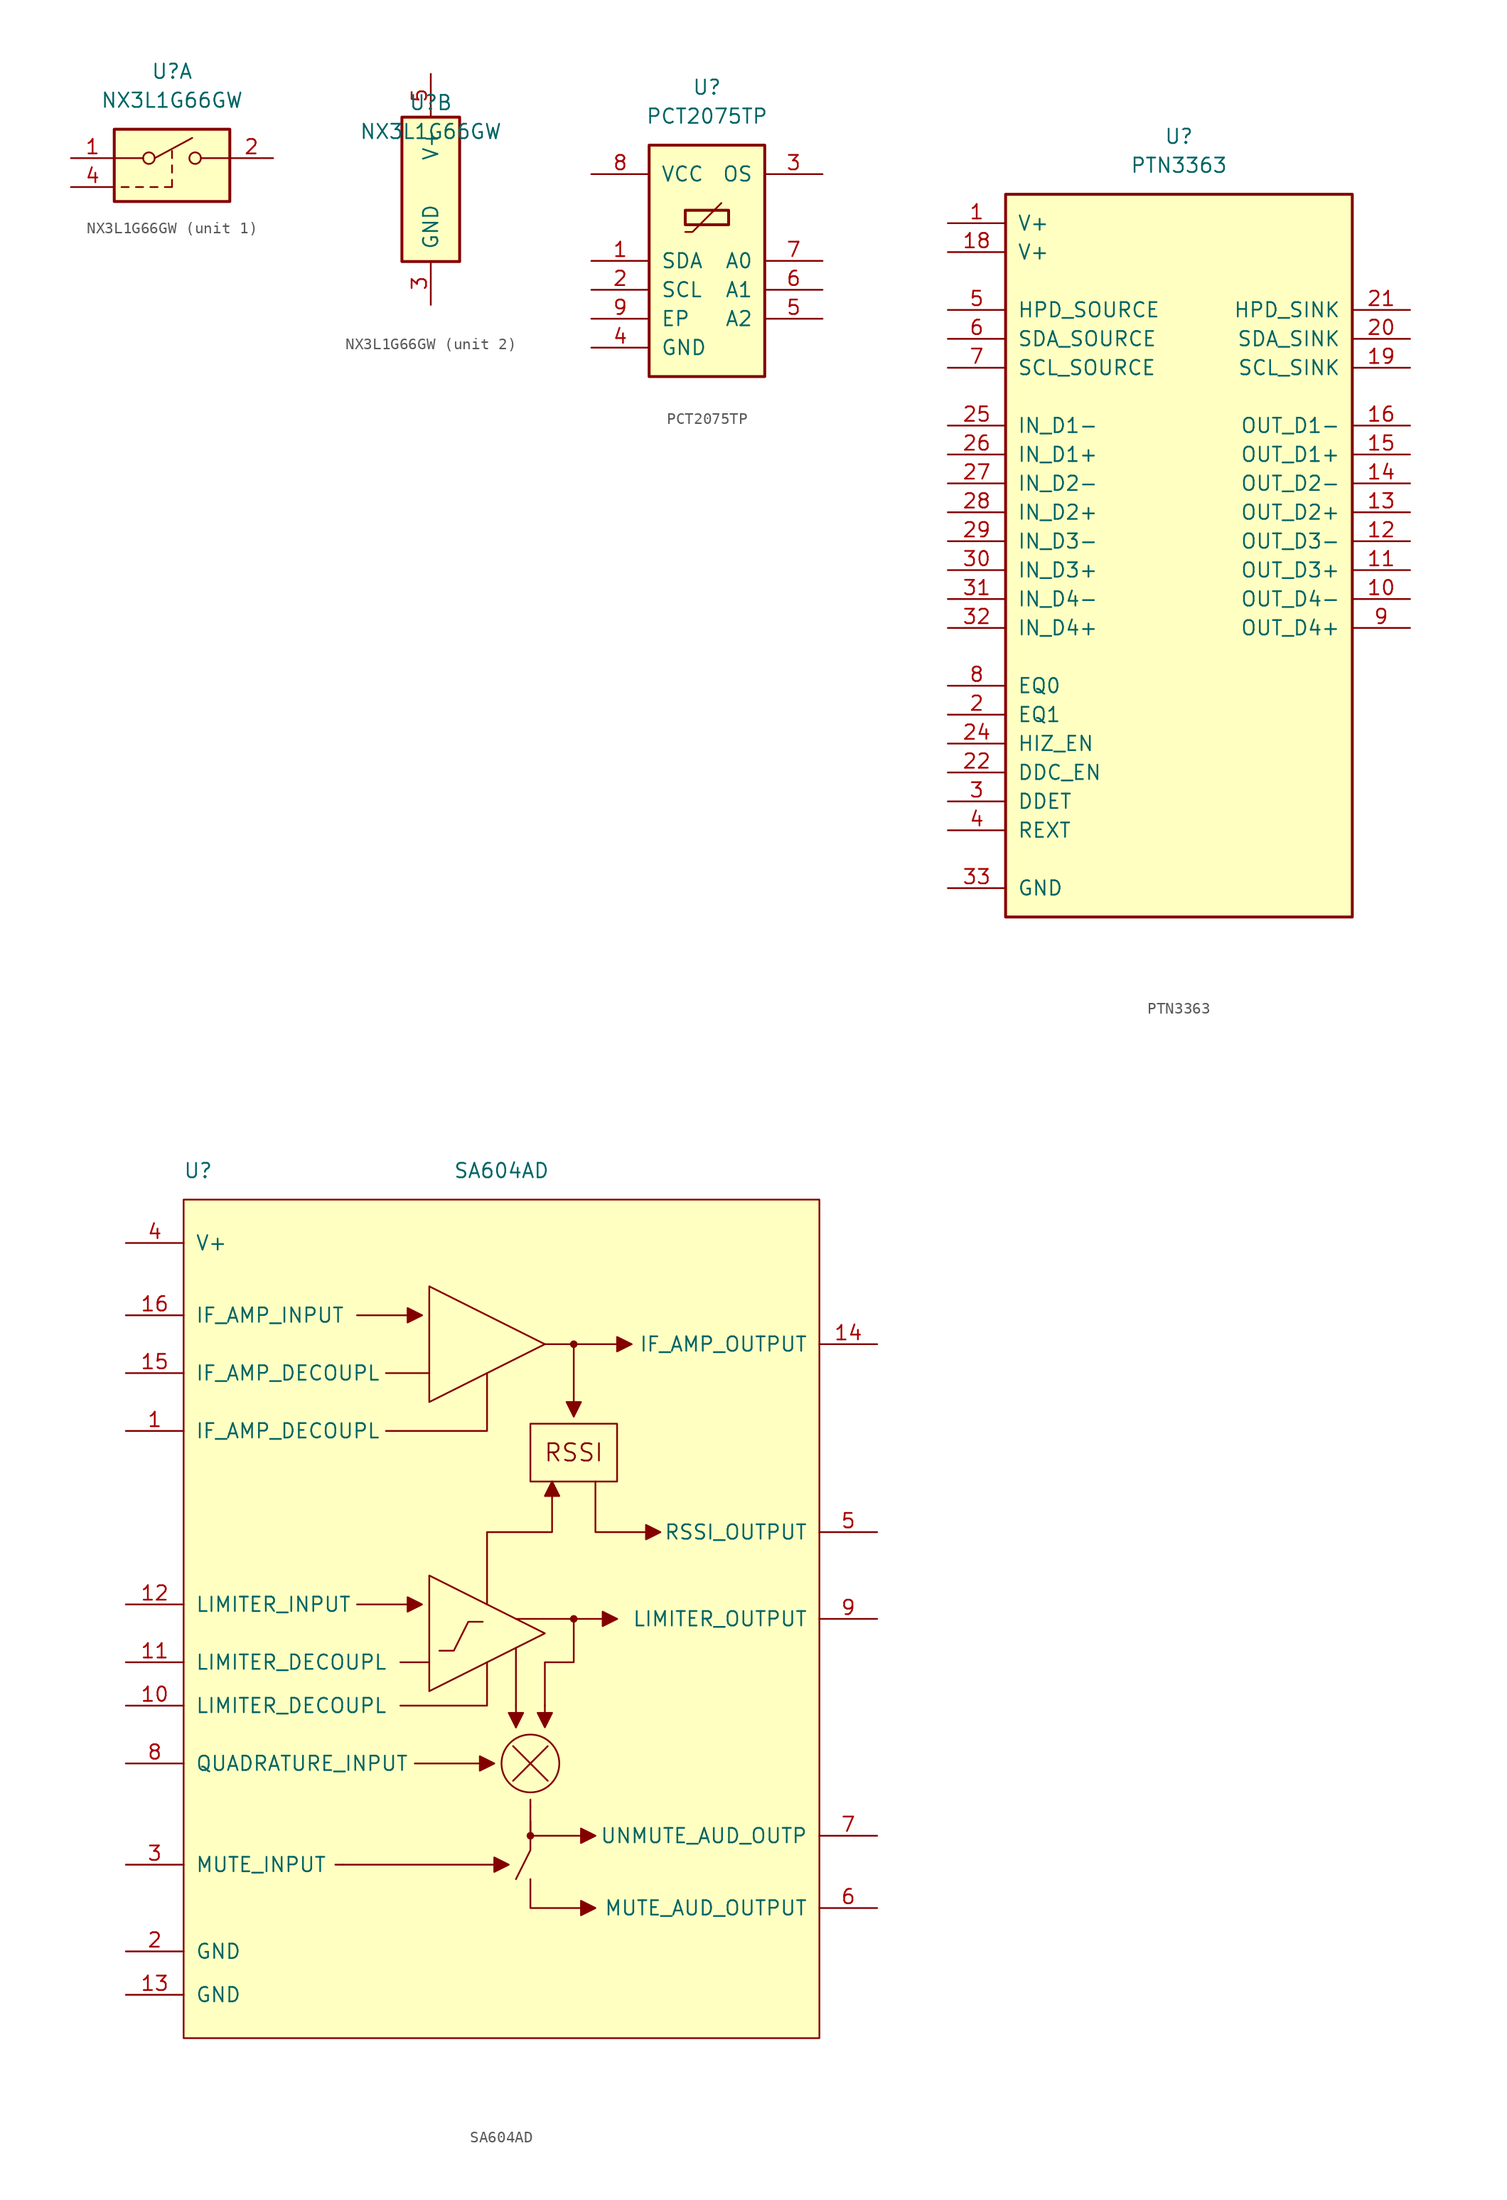
<source format=kicad_sym>
(kicad_symbol_lib
  (version 20211014)
  (generator kicad_symbol_editor)
  (symbol "NX3L1G66GW"
    (pin_names
      (offset 1.016))
    (property "Reference" "U"
      (at 0 7.62 0)
      (effects (font (size 1.27 1.27))))
    (property "Value" "NX3L1G66GW"
      (at 0 5.08 0)
      (effects (font (size 1.27 1.27))))
    (property "ki_locked" ""
      (at 0 0 0)
      (effects (font (size 1.27 1.27))))
    (symbol "NX3L1G66GW_1_1"
      (rectangle (start -5.08 2.54) (end 5.08 -3.81) (stroke (width 0.254) (type default) (color 0 0 0 0)) (fill (type background)))
      (circle (center -2.032 0) (radius 0.508) (stroke (width 0) (type default) (color 0 0 0 0)) (fill (type none)))
      (polyline (pts (xy -4.445 -2.54) (xy -3.81 -2.54)) (stroke (width 0) (type default) (color 0 0 0 0)) (fill (type none)))
      (polyline (pts (xy -2.54 -2.54) (xy -3.175 -2.54)) (stroke (width 0) (type default) (color 0 0 0 0)) (fill (type none)))
      (polyline (pts (xy -2.54 0) (xy -5.08 0)) (stroke (width 0) (type default) (color 0 0 0 0)) (fill (type none)))
      (polyline (pts (xy -1.524 0) (xy 1.778 1.778)) (stroke (width 0) (type default) (color 0 0 0 0)) (fill (type none)))
      (polyline (pts (xy -1.27 -2.54) (xy -1.905 -2.54)) (stroke (width 0) (type default) (color 0 0 0 0)) (fill (type none)))
      (polyline (pts (xy 0 -1.27) (xy 0 -0.635)) (stroke (width 0) (type default) (color 0 0 0 0)) (fill (type none)))
      (polyline (pts (xy 0 0) (xy 0 0.635)) (stroke (width 0) (type default) (color 0 0 0 0)) (fill (type none)))
      (polyline (pts (xy 5.08 0) (xy 2.54 0)) (stroke (width 0) (type default) (color 0 0 0 0)) (fill (type none)))
      (polyline (pts (xy 0 -1.905) (xy 0 -2.54) (xy -0.635 -2.54)) (stroke (width 0) (type default) (color 0 0 0 0)) (fill (type none)))
      (circle (center 2.032 0) (radius 0.508) (stroke (width 0) (type default) (color 0 0 0 0)) (fill (type none)))
      (pin passive line (at -8.89 0 0) (length 3.81) (name "COM" (effects (font (size 0 0)))) (number "1" (effects (font (size 1.27 1.27)))))
      (pin passive line (at 8.89 0 180) (length 3.81) (name "NO" (effects (font (size 0 0)))) (number "2" (effects (font (size 1.27 1.27)))))
      (pin passive line (at -8.89 -2.54 0) (length 3.81) (name "D" (effects (font (size 0 0)))) (number "4" (effects (font (size 1.27 1.27))))))
    (symbol "NX3L1G66GW_2_1"
      (rectangle (start -2.54 6.35) (end 2.54 -6.35) (stroke (width 0.254) (type default) (color 0 0 0 0)) (fill (type background)))
      (pin power_in line (at 0 -10.16 90) (length 3.81) (name "GND" (effects (font (size 1.27 1.27)))) (number "3" (effects (font (size 1.27 1.27)))))
      (pin power_in line (at 0 10.16 270) (length 3.81) (name "V+" (effects (font (size 1.27 1.27)))) (number "5" (effects (font (size 1.27 1.27)))))))
  (symbol "PCT2075TP"
    (pin_names
      (offset 1.016))
    (property "Reference" "U"
      (at 0 7.62 0)
      (effects (font (size 1.27 1.27))))
    (property "Value" "PCT2075TP"
      (at 0 5.08 0)
      (effects (font (size 1.27 1.27))))
    (symbol "PCT2075TP_0_1"
      (rectangle (start -5.08 2.54) (end 5.08 -17.78) (stroke (width 0.254) (type default) (color 0 0 0 0)) (fill (type background)))
      (rectangle (start -1.905 -3.175) (end 1.905 -4.445) (stroke (width 0.254) (type default) (color 0 0 0 0)) (fill (type none)))
      (polyline (pts (xy -1.905 -5.08) (xy -1.27 -5.08) (xy 1.27 -2.54)) (stroke (width 0) (type default) (color 0 0 0 0)) (fill (type none))))
    (symbol "PCT2075TP_1_1"
      (pin open_collector line (at -10.16 -7.62 0) (length 5.08) (name "SDA" (effects (font (size 1.27 1.27)))) (number "1" (effects (font (size 1.27 1.27)))))
      (pin input line (at -10.16 -10.16 0) (length 5.08) (name "SCL" (effects (font (size 1.27 1.27)))) (number "2" (effects (font (size 1.27 1.27)))))
      (pin open_emitter line (at 10.16 0 180) (length 5.08) (name "OS" (effects (font (size 1.27 1.27)))) (number "3" (effects (font (size 1.27 1.27)))))
      (pin power_in line (at -10.16 -15.24 0) (length 5.08) (name "GND" (effects (font (size 1.27 1.27)))) (number "4" (effects (font (size 1.27 1.27)))))
      (pin input line (at 10.16 -12.7 180) (length 5.08) (name "A2" (effects (font (size 1.27 1.27)))) (number "5" (effects (font (size 1.27 1.27)))))
      (pin input line (at 10.16 -10.16 180) (length 5.08) (name "A1" (effects (font (size 1.27 1.27)))) (number "6" (effects (font (size 1.27 1.27)))))
      (pin input line (at 10.16 -7.62 180) (length 5.08) (name "A0" (effects (font (size 1.27 1.27)))) (number "7" (effects (font (size 1.27 1.27)))))
      (pin power_in line (at -10.16 0 0) (length 5.08) (name "VCC" (effects (font (size 1.27 1.27)))) (number "8" (effects (font (size 1.27 1.27)))))
      (pin passive line (at -10.16 -12.7 0) (length 5.08) (name "EP" (effects (font (size 1.27 1.27)))) (number "9" (effects (font (size 1.27 1.27)))))))
  (symbol "PTN3363"
    (pin_names
      (offset 1.016))
    (property "Reference" "U"
      (at 0 5.08 0)
      (effects (font (size 1.27 1.27))))
    (property "Value" "PTN3363"
      (at 0 2.54 0)
      (effects (font (size 1.27 1.27))))
    (symbol "PTN3363_0_1"
      (rectangle (start -15.24 0) (end 15.24 -63.5) (stroke (width 0.254) (type default) (color 0 0 0 0)) (fill (type background))))
    (symbol "PTN3363_1_1"
      (pin power_in line (at -20.32 -2.54 0) (length 5.08) (name "V+" (effects (font (size 1.27 1.27)))) (number "1" (effects (font (size 1.27 1.27)))))
      (pin output line (at 20.32 -35.56 180) (length 5.08) (name "OUT_D4-" (effects (font (size 1.27 1.27)))) (number "10" (effects (font (size 1.27 1.27)))))
      (pin output line (at 20.32 -33.02 180) (length 5.08) (name "OUT_D3+" (effects (font (size 1.27 1.27)))) (number "11" (effects (font (size 1.27 1.27)))))
      (pin output line (at 20.32 -30.48 180) (length 5.08) (name "OUT_D3-" (effects (font (size 1.27 1.27)))) (number "12" (effects (font (size 1.27 1.27)))))
      (pin output line (at 20.32 -27.94 180) (length 5.08) (name "OUT_D2+" (effects (font (size 1.27 1.27)))) (number "13" (effects (font (size 1.27 1.27)))))
      (pin output line (at 20.32 -25.4 180) (length 5.08) (name "OUT_D2-" (effects (font (size 1.27 1.27)))) (number "14" (effects (font (size 1.27 1.27)))))
      (pin output line (at 20.32 -22.86 180) (length 5.08) (name "OUT_D1+" (effects (font (size 1.27 1.27)))) (number "15" (effects (font (size 1.27 1.27)))))
      (pin output line (at 20.32 -20.32 180) (length 5.08) (name "OUT_D1-" (effects (font (size 1.27 1.27)))) (number "16" (effects (font (size 1.27 1.27)))))
      (pin power_in line (at -20.32 -5.08 0) (length 5.08) (name "V+" (effects (font (size 1.27 1.27)))) (number "18" (effects (font (size 1.27 1.27)))))
      (pin open_collector line (at 20.32 -15.24 180) (length 5.08) (name "SCL_SINK" (effects (font (size 1.27 1.27)))) (number "19" (effects (font (size 1.27 1.27)))))
      (pin input line (at -20.32 -45.72 0) (length 5.08) (name "EQ1" (effects (font (size 1.27 1.27)))) (number "2" (effects (font (size 1.27 1.27)))))
      (pin open_collector line (at 20.32 -12.7 180) (length 5.08) (name "SDA_SINK" (effects (font (size 1.27 1.27)))) (number "20" (effects (font (size 1.27 1.27)))))
      (pin input line (at 20.32 -10.16 180) (length 5.08) (name "HPD_SINK" (effects (font (size 1.27 1.27)))) (number "21" (effects (font (size 1.27 1.27)))))
      (pin input line (at -20.32 -50.8 0) (length 5.08) (name "DDC_EN" (effects (font (size 1.27 1.27)))) (number "22" (effects (font (size 1.27 1.27)))))
      (pin input line (at -20.32 -48.26 0) (length 5.08) (name "HIZ_EN" (effects (font (size 1.27 1.27)))) (number "24" (effects (font (size 1.27 1.27)))))
      (pin input line (at -20.32 -20.32 0) (length 5.08) (name "IN_D1-" (effects (font (size 1.27 1.27)))) (number "25" (effects (font (size 1.27 1.27)))))
      (pin input line (at -20.32 -22.86 0) (length 5.08) (name "IN_D1+" (effects (font (size 1.27 1.27)))) (number "26" (effects (font (size 1.27 1.27)))))
      (pin input line (at -20.32 -25.4 0) (length 5.08) (name "IN_D2-" (effects (font (size 1.27 1.27)))) (number "27" (effects (font (size 1.27 1.27)))))
      (pin input line (at -20.32 -27.94 0) (length 5.08) (name "IN_D2+" (effects (font (size 1.27 1.27)))) (number "28" (effects (font (size 1.27 1.27)))))
      (pin input line (at -20.32 -30.48 0) (length 5.08) (name "IN_D3-" (effects (font (size 1.27 1.27)))) (number "29" (effects (font (size 1.27 1.27)))))
      (pin input line (at -20.32 -53.34 0) (length 5.08) (name "DDET" (effects (font (size 1.27 1.27)))) (number "3" (effects (font (size 1.27 1.27)))))
      (pin input line (at -20.32 -33.02 0) (length 5.08) (name "IN_D3+" (effects (font (size 1.27 1.27)))) (number "30" (effects (font (size 1.27 1.27)))))
      (pin input line (at -20.32 -35.56 0) (length 5.08) (name "IN_D4-" (effects (font (size 1.27 1.27)))) (number "31" (effects (font (size 1.27 1.27)))))
      (pin input line (at -20.32 -38.1 0) (length 5.08) (name "IN_D4+" (effects (font (size 1.27 1.27)))) (number "32" (effects (font (size 1.27 1.27)))))
      (pin power_in line (at -20.32 -60.96 0) (length 5.08) (name "GND" (effects (font (size 1.27 1.27)))) (number "33" (effects (font (size 1.27 1.27)))))
      (pin input line (at -20.32 -55.88 0) (length 5.08) (name "REXT" (effects (font (size 1.27 1.27)))) (number "4" (effects (font (size 1.27 1.27)))))
      (pin output line (at -20.32 -10.16 0) (length 5.08) (name "HPD_SOURCE" (effects (font (size 1.27 1.27)))) (number "5" (effects (font (size 1.27 1.27)))))
      (pin open_collector line (at -20.32 -12.7 0) (length 5.08) (name "SDA_SOURCE" (effects (font (size 1.27 1.27)))) (number "6" (effects (font (size 1.27 1.27)))))
      (pin open_collector line (at -20.32 -15.24 0) (length 5.08) (name "SCL_SOURCE" (effects (font (size 1.27 1.27)))) (number "7" (effects (font (size 1.27 1.27)))))
      (pin input line (at -20.32 -43.18 0) (length 5.08) (name "EQ0" (effects (font (size 1.27 1.27)))) (number "8" (effects (font (size 1.27 1.27)))))
      (pin output line (at 20.32 -38.1 180) (length 5.08) (name "OUT_D4+" (effects (font (size 1.27 1.27)))) (number "9" (effects (font (size 1.27 1.27)))))))
  (symbol "SA604AD"
    (pin_names
      (offset 1.016))
    (property "Reference" "U"
      (at -26.67 39.37 0)
      (effects (font (size 1.27 1.27))))
    (property "Value" "SA604AD"
      (at 0 39.37 0)
      (effects (font (size 1.27 1.27))))
    (symbol "SA604AD_0_0"
      (polyline (pts (xy -13.97 -21.59) (xy -14.605 -21.59)) (stroke (width 0) (type default) (color 0 0 0 0)) (fill (type none)))
      (polyline (pts (xy -13.97 -21.59) (xy 0 -21.59)) (stroke (width 0) (type default) (color 0 0 0 0)) (fill (type none)))
      (polyline (pts (xy -8.89 -3.81) (xy -6.35 -3.81)) (stroke (width 0) (type default) (color 0 0 0 0)) (fill (type none)))
      (polyline (pts (xy -7.62 -12.7) (xy -1.27 -12.7)) (stroke (width 0) (type default) (color 0 0 0 0)) (fill (type none)))
      (polyline (pts (xy -7.62 1.27) (xy -12.7 1.27)) (stroke (width 0) (type default) (color 0 0 0 0)) (fill (type none)))
      (polyline (pts (xy -1.27 7.62) (xy -1.27 1.27)) (stroke (width 0) (type default) (color 0 0 0 0)) (fill (type none)))
      (polyline (pts (xy 1.016 -14.224) (xy 4.064 -11.176)) (stroke (width 0) (type default) (color 0 0 0 0)) (fill (type none)))
      (polyline (pts (xy 1.016 -11.176) (xy 4.064 -14.224)) (stroke (width 0) (type default) (color 0 0 0 0)) (fill (type none)))
      (polyline (pts (xy 1.27 -8.89) (xy 1.27 -9.525)) (stroke (width 0) (type default) (color 0 0 0 0)) (fill (type none)))
      (polyline (pts (xy 1.27 -7.62) (xy 1.27 -8.89)) (stroke (width 0) (type default) (color 0 0 0 0)) (fill (type none)))
      (polyline (pts (xy 1.27 -2.54) (xy 1.27 -7.62)) (stroke (width 0) (type default) (color 0 0 0 0)) (fill (type outline)))
      (polyline (pts (xy 2.54 -16.51) (xy 2.54 -15.875)) (stroke (width 0) (type default) (color 0 0 0 0)) (fill (type none)))
      (polyline (pts (xy 3.81 -7.62) (xy 3.81 -8.89)) (stroke (width 0) (type default) (color 0 0 0 0)) (fill (type none)))
      (polyline (pts (xy 6.35 24.13) (xy 6.35 17.78)) (stroke (width 0) (type default) (color 0 0 0 0)) (fill (type none)))
      (polyline (pts (xy 10.16 0) (xy 1.27 0)) (stroke (width 0) (type default) (color 0 0 0 0)) (fill (type none)))
      (polyline (pts (xy -1.27 -3.81) (xy -1.27 -7.62) (xy -8.89 -7.62)) (stroke (width 0) (type default) (color 0 0 0 0)) (fill (type none)))
      (polyline (pts (xy 2.54 -22.86) (xy 2.54 -25.4) (xy 7.62 -25.4)) (stroke (width 0) (type default) (color 0 0 0 0)) (fill (type none)))
      (polyline (pts (xy 2.54 -17.78) (xy 2.54 -20.32) (xy 1.27 -22.86)) (stroke (width 0) (type default) (color 0 0 0 0)) (fill (type none)))
      (polyline (pts (xy 7.62 -19.05) (xy 2.54 -19.05) (xy 2.54 -16.51)) (stroke (width 0) (type default) (color 0 0 0 0)) (fill (type none)))
      (polyline (pts (xy 8.255 12.065) (xy 8.255 7.62) (xy 12.7 7.62)) (stroke (width 0) (type default) (color 0 0 0 0)) (fill (type none)))
      (polyline (pts (xy -6.985 1.27) (xy -8.255 1.905) (xy -8.255 0.635) (xy -6.985 1.27)) (stroke (width 0) (type default) (color 0 0 0 0)) (fill (type outline)))
      (polyline (pts (xy -6.985 26.67) (xy -8.255 27.305) (xy -8.255 26.035) (xy -6.985 26.67)) (stroke (width 0) (type default) (color 0 0 0 0)) (fill (type outline)))
      (polyline (pts (xy -6.35 -6.35) (xy -6.35 3.81) (xy 3.81 -1.27) (xy -6.35 -6.35)) (stroke (width 0) (type default) (color 0 0 0 0)) (fill (type none)))
      (polyline (pts (xy -5.461 -2.794) (xy -4.191 -2.794) (xy -2.921 -0.254) (xy -1.651 -0.254)) (stroke (width 0) (type default) (color 0 0 0 0)) (fill (type none)))
      (polyline (pts (xy -1.27 7.62) (xy 3.81 7.62) (xy 4.445 7.62) (xy 4.445 12.065)) (stroke (width 0) (type default) (color 0 0 0 0)) (fill (type none)))
      (polyline (pts (xy -0.635 -12.7) (xy -1.905 -12.065) (xy -1.905 -13.335) (xy -0.635 -12.7)) (stroke (width 0) (type default) (color 0 0 0 0)) (fill (type outline)))
      (polyline (pts (xy 0.635 -21.59) (xy -0.635 -20.955) (xy -0.635 -22.225) (xy 0.635 -21.59)) (stroke (width 0) (type default) (color 0 0 0 0)) (fill (type outline)))
      (polyline (pts (xy 1.27 -9.525) (xy 1.905 -8.255) (xy 0.635 -8.255) (xy 1.27 -9.525)) (stroke (width 0) (type default) (color 0 0 0 0)) (fill (type outline)))
      (polyline (pts (xy 3.81 -9.525) (xy 4.445 -8.255) (xy 3.175 -8.255) (xy 3.81 -9.525)) (stroke (width 0) (type default) (color 0 0 0 0)) (fill (type outline)))
      (polyline (pts (xy 3.81 -7.62) (xy 3.81 -3.81) (xy 6.35 -3.81) (xy 6.35 0)) (stroke (width 0) (type default) (color 0 0 0 0)) (fill (type none)))
      (polyline (pts (xy 4.445 12.065) (xy 3.81 10.795) (xy 5.08 10.795) (xy 4.445 12.065)) (stroke (width 0) (type default) (color 0 0 0 0)) (fill (type outline)))
      (polyline (pts (xy 6.35 17.78) (xy 6.985 19.05) (xy 5.715 19.05) (xy 6.35 17.78)) (stroke (width 0) (type default) (color 0 0 0 0)) (fill (type outline)))
      (polyline (pts (xy 8.255 -25.4) (xy 6.985 -24.765) (xy 6.985 -26.035) (xy 8.255 -25.4)) (stroke (width 0) (type default) (color 0 0 0 0)) (fill (type outline)))
      (polyline (pts (xy 8.255 -19.05) (xy 6.985 -18.415) (xy 6.985 -19.685) (xy 8.255 -19.05)) (stroke (width 0) (type default) (color 0 0 0 0)) (fill (type outline)))
      (polyline (pts (xy 10.16 0) (xy 8.89 0.635) (xy 8.89 -0.635) (xy 10.16 0)) (stroke (width 0) (type default) (color 0 0 0 0)) (fill (type outline)))
      (polyline (pts (xy 11.43 24.13) (xy 10.16 24.765) (xy 10.16 23.495) (xy 11.43 24.13)) (stroke (width 0) (type default) (color 0 0 0 0)) (fill (type outline)))
      (polyline (pts (xy 13.97 7.62) (xy 12.7 8.255) (xy 12.7 6.985) (xy 13.97 7.62)) (stroke (width 0) (type default) (color 0 0 0 0)) (fill (type outline)))
      (circle (center 2.54 -19.05) (radius 0.254) (stroke (width 0) (type default) (color 0 0 0 0)) (fill (type outline)))
      (circle (center 2.54 -12.7) (radius 2.54) (stroke (width 0) (type default) (color 0 0 0 0)) (fill (type none)))
      (rectangle (start 2.54 17.145) (end 10.16 12.065) (stroke (width 0) (type default) (color 0 0 0 0)) (fill (type none)))
      (circle (center 6.35 0) (radius 0.254) (stroke (width 0) (type default) (color 0 0 0 0)) (fill (type outline)))
      (circle (center 6.35 24.13) (radius 0.254) (stroke (width 0) (type default) (color 0 0 0 0)) (fill (type outline)))
      (text "RSSI" (at 6.35 14.605 0) (effects (font (size 1.524 1.524)))))
    (symbol "SA604AD_0_1"
      (rectangle (start -27.94 36.83) (end 27.94 -36.83) (stroke (width 0) (type default) (color 0 0 0 0)) (fill (type background)))
      (polyline (pts (xy -6.985 26.67) (xy -12.7 26.67)) (stroke (width 0) (type default) (color 0 0 0 0)) (fill (type none)))
      (polyline (pts (xy -6.35 21.59) (xy -10.16 21.59)) (stroke (width 0) (type default) (color 0 0 0 0)) (fill (type none)))
      (polyline (pts (xy 3.81 24.13) (xy 11.43 24.13)) (stroke (width 0) (type default) (color 0 0 0 0)) (fill (type none)))
      (polyline (pts (xy -10.16 16.51) (xy -2.54 16.51) (xy -1.27 16.51) (xy -1.27 21.59)) (stroke (width 0) (type default) (color 0 0 0 0)) (fill (type none)))
      (polyline (pts (xy -6.35 29.21) (xy -6.35 19.05) (xy 3.81 24.13) (xy -6.35 29.21)) (stroke (width 0) (type default) (color 0 0 0 0)) (fill (type none))))
    (symbol "SA604AD_1_1"
      (pin output line (at -33.02 16.51 0) (length 5.08) (name "IF_AMP_DECOUPL" (effects (font (size 1.27 1.27)))) (number "1" (effects (font (size 1.27 1.27)))))
      (pin input line (at -33.02 -7.62 0) (length 5.08) (name "LIMITER_DECOUPL" (effects (font (size 1.27 1.27)))) (number "10" (effects (font (size 1.27 1.27)))))
      (pin input line (at -33.02 -3.81 0) (length 5.08) (name "LIMITER_DECOUPL" (effects (font (size 1.27 1.27)))) (number "11" (effects (font (size 1.27 1.27)))))
      (pin input line (at -33.02 1.27 0) (length 5.08) (name "LIMITER_INPUT" (effects (font (size 1.27 1.27)))) (number "12" (effects (font (size 1.27 1.27)))))
      (pin power_in line (at -33.02 -33.02 0) (length 5.08) (name "GND" (effects (font (size 1.27 1.27)))) (number "13" (effects (font (size 1.27 1.27)))))
      (pin output line (at 33.02 24.13 180) (length 5.08) (name "IF_AMP_OUTPUT" (effects (font (size 1.27 1.27)))) (number "14" (effects (font (size 1.27 1.27)))))
      (pin input line (at -33.02 21.59 0) (length 5.08) (name "IF_AMP_DECOUPL" (effects (font (size 1.27 1.27)))) (number "15" (effects (font (size 1.27 1.27)))))
      (pin input line (at -33.02 26.67 0) (length 5.08) (name "IF_AMP_INPUT" (effects (font (size 1.27 1.27)))) (number "16" (effects (font (size 1.27 1.27)))))
      (pin power_in line (at -33.02 -29.21 0) (length 5.08) (name "GND" (effects (font (size 1.27 1.27)))) (number "2" (effects (font (size 1.27 1.27)))))
      (pin input line (at -33.02 -21.59 0) (length 5.08) (name "MUTE_INPUT" (effects (font (size 1.27 1.27)))) (number "3" (effects (font (size 1.27 1.27)))))
      (pin power_in line (at -33.02 33.02 0) (length 5.08) (name "V+" (effects (font (size 1.27 1.27)))) (number "4" (effects (font (size 1.27 1.27)))))
      (pin output line (at 33.02 7.62 180) (length 5.08) (name "RSSI_OUTPUT" (effects (font (size 1.27 1.27)))) (number "5" (effects (font (size 1.27 1.27)))))
      (pin output line (at 33.02 -25.4 180) (length 5.08) (name "MUTE_AUD_OUTPUT" (effects (font (size 1.27 1.27)))) (number "6" (effects (font (size 1.27 1.27)))))
      (pin output line (at 33.02 -19.05 180) (length 5.08) (name "UNMUTE_AUD_OUTP" (effects (font (size 1.27 1.27)))) (number "7" (effects (font (size 1.27 1.27)))))
      (pin input line (at -33.02 -12.7 0) (length 5.08) (name "QUADRATURE_INPUT" (effects (font (size 1.27 1.27)))) (number "8" (effects (font (size 1.27 1.27)))))
      (pin output line (at 33.02 0 180) (length 5.08) (name "LIMITER_OUTPUT" (effects (font (size 1.27 1.27)))) (number "9" (effects (font (size 1.27 1.27))))))))
</source>
